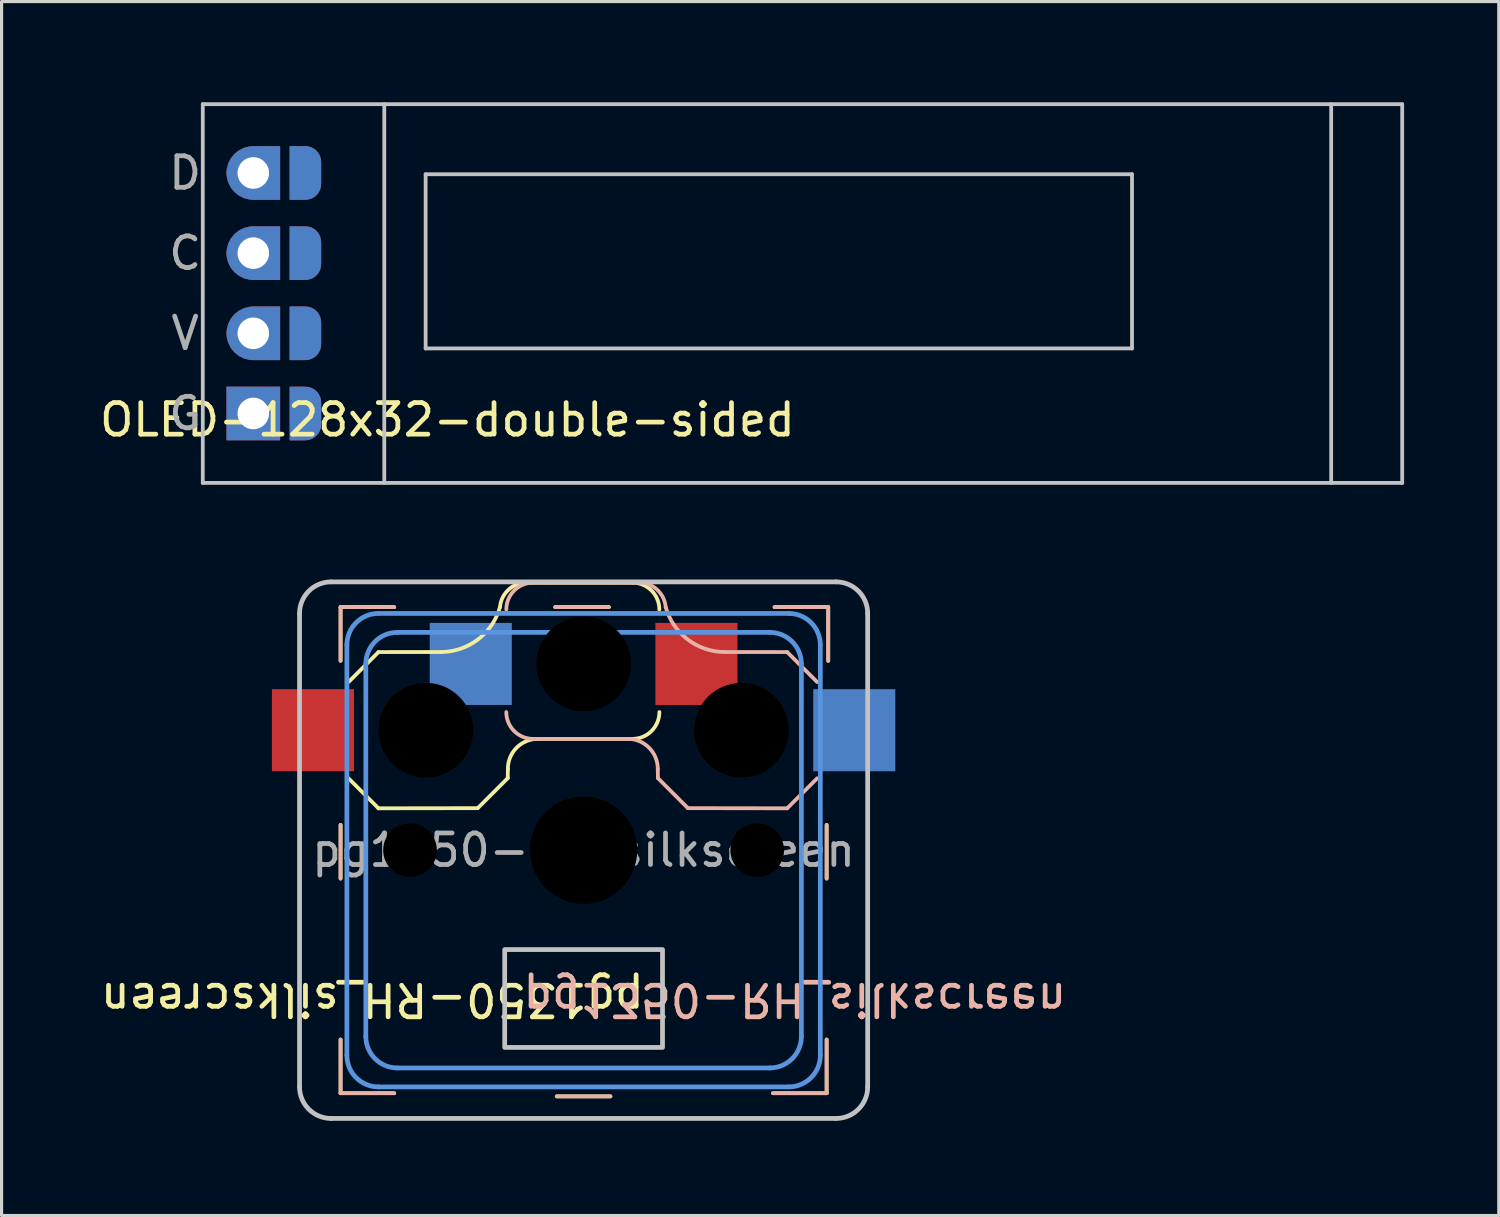
<source format=kicad_pcb>
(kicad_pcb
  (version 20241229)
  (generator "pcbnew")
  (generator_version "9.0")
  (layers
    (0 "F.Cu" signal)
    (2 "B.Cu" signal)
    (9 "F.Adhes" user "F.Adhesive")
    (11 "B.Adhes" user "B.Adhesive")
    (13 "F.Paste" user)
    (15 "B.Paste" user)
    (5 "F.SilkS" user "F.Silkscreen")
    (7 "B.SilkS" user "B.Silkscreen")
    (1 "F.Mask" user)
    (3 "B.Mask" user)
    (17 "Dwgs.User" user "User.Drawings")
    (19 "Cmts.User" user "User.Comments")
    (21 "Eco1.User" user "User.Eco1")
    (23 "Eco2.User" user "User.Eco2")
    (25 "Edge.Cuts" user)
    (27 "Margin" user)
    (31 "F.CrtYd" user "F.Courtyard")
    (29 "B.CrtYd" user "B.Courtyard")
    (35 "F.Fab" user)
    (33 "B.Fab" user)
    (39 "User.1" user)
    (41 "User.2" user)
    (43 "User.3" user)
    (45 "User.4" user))
  (footprint "pg1350-RH_silkscreen"
    (layer "F.Cu")
    (at 15.44 23.885)
    (property "Reference" "pg1350-RH_silkscreen" (at 0 0 0) (layer "F.Fab") (effects (font (size 1 1) (thickness 0.15))))
    (attr through_hole)
    (fp_line (start -7.7 -7.7) (end -6 -7.7) (stroke (width 0.12) (type default)) (layer "F.SilkS"))
    (fp_line (start -7.7 -7.7) (end -7.7 -6) (stroke (width 0.12) (type default)) (layer "F.SilkS"))
    (fp_line (start -7.7 -0.8) (end -7.7 0.9) (stroke (width 0.12) (type default)) (layer "F.SilkS"))
    (fp_line (start -7.7 7.7) (end -7.7 6) (stroke (width 0.12) (type default)) (layer "F.SilkS"))
    (fp_line (start -7.7 7.7) (end -6 7.7) (stroke (width 0.12) (type default)) (layer "F.SilkS"))
    (fp_line (start -7.449 -5.326) (end -6.499 -6.276) (stroke (width 0.12) (type default)) (layer "F.SilkS"))
    (fp_line (start -6.499 -1.326) (end -7.449 -2.276) (stroke (width 0.12) (type default)) (layer "F.SilkS"))
    (fp_line (start -6.499 -1.326) (end -3.354 -1.331) (stroke (width 0.12) (type default)) (layer "F.SilkS"))
    (fp_line (start -4.529 -6.277) (end -6.499 -6.276) (stroke (width 0.12) (type default)) (layer "F.SilkS"))
    (fp_line (start -2.404 -2.281) (end -3.354 -1.331) (stroke (width 0.12) (type default)) (layer "F.SilkS"))
    (fp_line (start -2.404 -2.281) (end -2.399 -2.576) (stroke (width 0.12) (type default)) (layer "F.SilkS"))
    (fp_line (start -1.449 -3.526) (end 1.551 -3.526) (stroke (width 0.12) (type default)) (layer "F.SilkS"))
    (fp_line (start 0.8 -7.7) (end -0.9 -7.7) (stroke (width 0.12) (type default)) (layer "F.SilkS"))
    (fp_line (start 0.85 7.8) (end -0.85 7.8) (stroke (width 0.12) (type default)) (layer "F.SilkS"))
    (fp_line (start 1.549 -8.474) (end -1.798 -8.474) (stroke (width 0.12) (type default)) (layer "F.SilkS"))
    (fp_line (start 7.7 -0.8) (end 7.7 0.9) (stroke (width 0.12) (type default)) (layer "F.SilkS"))
    (fp_line (start 7.7 7.7) (end 6 7.7) (stroke (width 0.12) (type default)) (layer "F.SilkS"))
    (fp_line (start 7.7 7.7) (end 7.7 6) (stroke (width 0.12) (type default)) (layer "F.SilkS"))
    (fp_line (start 7.75 -7.7) (end 7.75 -6) (stroke (width 0.12) (type default)) (layer "F.SilkS"))
    (fp_line (start 7.75 -7.7) (end 6.05 -7.7) (stroke (width 0.12) (type default)) (layer "F.SilkS"))
    (fp_arc (start -2.65 -7.7) (mid -3.350398 -6.672892) (end -4.528858 -6.276988) (stroke (width 0.12) (type default)) (layer "F.SilkS"))
    (fp_arc (start -2.65 -7.7) (mid -2.375629 -8.255124) (end -1.798438 -8.479383) (stroke (width 0.12) (type default)) (layer "F.SilkS"))
    (fp_arc (start -2.399479 -2.57552) (mid -2.12123 -3.247271) (end -1.449479 -3.52552) (stroke (width 0.12) (type default)) (layer "F.SilkS"))
    (fp_arc (start 1.54948 -8.474479) (mid 2.150521 -8.22552) (end 2.39948 -7.624479) (stroke (width 0.12) (type default)) (layer "F.SilkS"))
    (fp_arc (start 2.400521 -4.37552) (mid 2.151562 -3.774479) (end 1.550521 -3.52552) (stroke (width 0.12) (type default)) (layer "F.SilkS"))
    (fp_line (start -7.7 -6) (end -7.7 -7.7) (stroke (width 0.12) (type default)) (layer "B.SilkS"))
    (fp_line (start -7.7 0.9) (end -7.7 -0.8) (stroke (width 0.12) (type default)) (layer "B.SilkS"))
    (fp_line (start -7.7 6) (end -7.7 7.7) (stroke (width 0.12) (type default)) (layer "B.SilkS"))
    (fp_line (start -6 -7.7) (end -7.7 -7.7) (stroke (width 0.12) (type default)) (layer "B.SilkS"))
    (fp_line (start -6 7.7) (end -7.7 7.7) (stroke (width 0.12) (type default)) (layer "B.SilkS"))
    (fp_line (start -1.6 -3.526) (end 1.4 -3.526) (stroke (width 0.12) (type default)) (layer "B.SilkS"))
    (fp_line (start 0.8 -7.7) (end -0.9 -7.7) (stroke (width 0.12) (type default)) (layer "B.SilkS"))
    (fp_line (start 0.85 7.8) (end -0.85 7.8) (stroke (width 0.12) (type default)) (layer "B.SilkS"))
    (fp_line (start 1.749 -8.474) (end -1.599 -8.474) (stroke (width 0.12) (type default)) (layer "B.SilkS"))
    (fp_line (start 2.35 -2.576) (end 2.355 -2.281) (stroke (width 0.12) (type default)) (layer "B.SilkS"))
    (fp_line (start 3.305 -1.331) (end 2.355 -2.281) (stroke (width 0.12) (type default)) (layer "B.SilkS"))
    (fp_line (start 3.305 -1.331) (end 6.45 -1.326) (stroke (width 0.12) (type default)) (layer "B.SilkS"))
    (fp_line (start 6 7.7) (end 7.7 7.7) (stroke (width 0.12) (type default)) (layer "B.SilkS"))
    (fp_line (start 6.05 -7.7) (end 7.75 -7.7) (stroke (width 0.12) (type default)) (layer "B.SilkS"))
    (fp_line (start 6.45 -6.276) (end 4.479 -6.277) (stroke (width 0.12) (type default)) (layer "B.SilkS"))
    (fp_line (start 6.45 -6.276) (end 7.4 -5.326) (stroke (width 0.12) (type default)) (layer "B.SilkS"))
    (fp_line (start 7.4 -2.276) (end 6.45 -1.326) (stroke (width 0.12) (type default)) (layer "B.SilkS"))
    (fp_line (start 7.7 6) (end 7.7 7.7) (stroke (width 0.12) (type default)) (layer "B.SilkS"))
    (fp_line (start 7.7 0.9) (end 7.7 -0.8) (stroke (width 0.12) (type default)) (layer "B.SilkS"))
    (fp_line (start 7.75 -6) (end 7.75 -7.7) (stroke (width 0.12) (type default)) (layer "B.SilkS"))
    (fp_arc (start -2.448959 -7.624479) (mid -2.2 -8.22552) (end -1.598959 -8.474479) (stroke (width 0.12) (type default)) (layer "B.SilkS"))
    (fp_arc (start -1.6 -3.52552) (mid -2.201041 -3.774479) (end -2.45 -4.37552) (stroke (width 0.12) (type default)) (layer "B.SilkS"))
    (fp_arc (start 1.4 -3.52552) (mid 2.071751 -3.247271) (end 2.35 -2.57552) (stroke (width 0.12) (type default)) (layer "B.SilkS"))
    (fp_arc (start 1.748959 -8.479383) (mid 2.32615 -8.255124) (end 2.600521 -7.7) (stroke (width 0.12) (type default)) (layer "B.SilkS"))
    (fp_arc (start 4.479379 -6.276988) (mid 3.300919 -6.672892) (end 2.600521 -7.7) (stroke (width 0.12) (type default)) (layer "B.SilkS"))
    (fp_line (start -9 7.5) (end -9 -7.5) (stroke (width 0.15) (type solid)) (layer "Dwgs.User"))
    (fp_line (start -8 -8.5) (end 8 -8.5) (stroke (width 0.15) (type solid)) (layer "Dwgs.User"))
    (fp_line (start 8 8.5) (end -8 8.5) (stroke (width 0.15) (type solid)) (layer "Dwgs.User"))
    (fp_line (start 9 -7.5) (end 9 7.5) (stroke (width 0.15) (type solid)) (layer "Dwgs.User"))
    (fp_rect (start 2.5 6.25) (end -2.5 3.15) (stroke (width 0.15) (type solid)) (fill no) (layer "Dwgs.User"))
    (fp_arc (start -9 -7.5) (mid -8.707107 -8.207107) (end -8 -8.5) (stroke (width 0.15) (type solid)) (layer "Dwgs.User"))
    (fp_arc (start -8 8.5) (mid -8.707107 8.207107) (end -9 7.5) (stroke (width 0.15) (type solid)) (layer "Dwgs.User"))
    (fp_arc (start 8 -8.5) (mid 8.707107 -8.207107) (end 9 -7.5) (stroke (width 0.15) (type solid)) (layer "Dwgs.User"))
    (fp_arc (start 9 7.5) (mid 8.707107 8.207107) (end 8 8.5) (stroke (width 0.15) (type solid)) (layer "Dwgs.User"))
    (fp_line (start -7.5 6.5) (end -7.5 -6.5) (stroke (width 0.15) (type solid)) (layer "Cmts.User"))
    (fp_line (start -6.9 5.9) (end -6.9 -5.9) (stroke (width 0.15) (type solid)) (layer "Cmts.User"))
    (fp_line (start -6.5 -7.5) (end 6.5 -7.5) (stroke (width 0.15) (type solid)) (layer "Cmts.User"))
    (fp_line (start -5.9 -6.9) (end 5.9 -6.9) (stroke (width 0.15) (type solid)) (layer "Cmts.User"))
    (fp_line (start 5.9 6.9) (end -5.9 6.9) (stroke (width 0.15) (type solid)) (layer "Cmts.User"))
    (fp_line (start 6.5 7.5) (end -6.5 7.5) (stroke (width 0.15) (type solid)) (layer "Cmts.User"))
    (fp_line (start 6.9 -5.9) (end 6.9 5.9) (stroke (width 0.15) (type solid)) (layer "Cmts.User"))
    (fp_line (start 7.5 -6.5) (end 7.5 6.5) (stroke (width 0.15) (type solid)) (layer "Cmts.User"))
    (fp_arc (start -7.5 -6.5) (mid -7.207107 -7.207107) (end -6.5 -7.5) (stroke (width 0.15) (type solid)) (layer "Cmts.User"))
    (fp_arc (start -6.9 -5.9) (mid -6.607107 -6.607107) (end -5.9 -6.9) (stroke (width 0.15) (type solid)) (layer "Cmts.User"))
    (fp_arc (start -6.5 7.5) (mid -7.207107 7.207107) (end -7.5 6.5) (stroke (width 0.15) (type solid)) (layer "Cmts.User"))
    (fp_arc (start -5.9 6.9) (mid -6.607107 6.607107) (end -6.9 5.9) (stroke (width 0.15) (type solid)) (layer "Cmts.User"))
    (fp_arc (start 5.9 -6.9) (mid 6.607107 -6.607107) (end 6.9 -5.9) (stroke (width 0.15) (type solid)) (layer "Cmts.User"))
    (fp_arc (start 6.5 -7.5) (mid 7.207107 -7.207107) (end 7.5 -6.5) (stroke (width 0.15) (type solid)) (layer "Cmts.User"))
    (fp_arc (start 6.9 5.9) (mid 6.607107 6.607107) (end 5.9 6.9) (stroke (width 0.15) (type solid)) (layer "Cmts.User"))
    (fp_arc (start 7.5 6.5) (mid 7.207107 7.207107) (end 6.5 7.5) (stroke (width 0.15) (type solid)) (layer "Cmts.User"))
    (fp_text user "${REFERENCE}" (at 2 4.15 180) (unlocked yes) (layer "F.SilkS") (effects (font (size 1 1) (thickness 0.15)) (justify left bottom)))
    (fp_text user "${REFERENCE}" (at -2 4.15 180) (unlocked yes) (layer "B.SilkS") (effects (font (size 1 1) (thickness 0.15)) (justify left bottom mirror)))
    (pad "" np_thru_hole circle (at -5.5 0) (size 1.7 1.7) (drill 1.7) (layers "*.Mask"))
    (pad "" np_thru_hole circle (at -5 -3.8) (size 3 3) (drill 3) (layers "*.Mask"))
    (pad "" np_thru_hole circle (at 0 -5.9) (size 3 3) (drill 3) (layers "*.Mask"))
    (pad "" np_thru_hole circle (at 0 0) (size 3.4 3.4) (drill 3.4) (layers "*.Mask"))
    (pad "" np_thru_hole circle (at 5 -3.8) (size 3 3) (drill 3) (layers "*.Mask"))
    (pad "" np_thru_hole circle (at 5.5 0) (size 1.7 1.7) (drill 1.7) (layers "*.Mask"))
    (pad "1" smd rect (at -3.575 -5.9) (size 2.6 2.6) (layers "B.Cu" "B.Mask"))
    (pad "1" smd rect (at 3.575 -5.9) (size 2.6 2.6) (layers "F.Cu" "F.Mask"))
    (pad "2" smd rect (at -8.575 -3.8) (size 2.6 2.6) (layers "F.Cu" "F.Mask"))
    (pad "2" smd rect (at 8.575 -3.8) (size 2.6 2.6) (layers "B.Cu" "B.Mask")))
  (footprint "OLED-128x32-double-sided"
    (layer "F.Cu")
    (at 3.375 0.25)
    (property "Reference" "OLED-128x32-double-sided" (at 7.75 10 0) (layer "F.SilkS") (effects (font (size 1 1) (thickness 0.15))))
    (attr through_hole exclude_from_pos_files)
    (fp_line (start 0 0) (end 0 12) (stroke (width 0.12) (type solid)) (layer "Dwgs.User"))
    (fp_line (start 0 0) (end 38 0) (stroke (width 0.12) (type solid)) (layer "Dwgs.User"))
    (fp_line (start 5.75 0) (end 5.75 12) (stroke (width 0.12) (type solid)) (layer "Dwgs.User"))
    (fp_line (start 7.06 2.22) (end 7.06 7.74) (stroke (width 0.12) (type solid)) (layer "Dwgs.User"))
    (fp_line (start 7.06 2.22) (end 29.44 2.22) (stroke (width 0.12) (type solid)) (layer "Dwgs.User"))
    (fp_line (start 7.06 7.74) (end 29.44 7.74) (stroke (width 0.12) (type solid)) (layer "Dwgs.User"))
    (fp_line (start 29.44 7.74) (end 29.44 2.22) (stroke (width 0.12) (type solid)) (layer "Dwgs.User"))
    (fp_line (start 35.75 0) (end 35.75 12) (stroke (width 0.12) (type solid)) (layer "Dwgs.User"))
    (fp_line (start 38 0) (end 38 12) (stroke (width 0.12) (type solid)) (layer "Dwgs.User"))
    (fp_line (start 38 12) (end 0 12) (stroke (width 0.12) (type solid)) (layer "Dwgs.User"))
    (fp_text user "C" (at -0.559 4.72 0) (unlocked yes) (layer "F.Fab") (effects (font (size 1 1) (thickness 0.15))))
    (fp_text user "G" (at -0.559 9.8 0) (unlocked yes) (layer "F.Fab") (effects (font (size 1 1) (thickness 0.15))))
    (fp_text user "V" (at -0.559 7.26 0) (unlocked yes) (layer "F.Fab") (effects (font (size 1 1) (thickness 0.15))))
    (fp_text user "D" (at -0.559 2.18 0) (unlocked yes) (layer "F.Fab") (effects (font (size 1 1) (thickness 0.15))))
    (pad "1" smd custom (at 3.251 2.18 180) (size 1 0.7) (layers "F.Cu" "F.Mask") (options (anchor rect)) (primitives (gr_circle (center 0 0.35) (end 0.5 0.35) (width 0) (fill yes)) (gr_circle (center 0 -0.35) (end 0.5 -0.35) (width 0) (fill yes)) (gr_poly (pts (xy 0.5 0.85) (xy 0 0.85) (xy 0 -0.85) (xy 0.5 -0.85)) (width 0) (fill yes))))
    (pad "1" smd custom (at 3.251 9.8) (size 1 0.7) (layers "B.Cu" "B.Mask") (options (anchor rect)) (primitives (gr_circle (center 0 0.35) (end 0.5 0.35) (width 0) (fill yes)) (gr_circle (center 0 -0.35) (end 0.5 -0.35) (width 0) (fill yes)) (gr_poly (pts (xy 0 0.85) (xy -0.5 0.85) (xy -0.5 -0.85) (xy 0 -0.85)) (width 0) (fill yes))))
    (pad "2" smd custom (at 3.251 4.72 180) (size 1 0.7) (layers "F.Cu" "F.Mask") (options (anchor rect)) (primitives (gr_circle (center 0 0.35) (end 0.5 0.35) (width 0) (fill yes)) (gr_circle (center 0 -0.35) (end 0.5 -0.35) (width 0) (fill yes)) (gr_poly (pts (xy 0.5 0.85) (xy 0 0.85) (xy 0 -0.85) (xy 0.5 -0.85)) (width 0) (fill yes))))
    (pad "2" smd custom (at 3.251 7.26) (size 1 0.7) (layers "B.Cu" "B.Mask") (options (anchor rect)) (primitives (gr_circle (center 0 0.35) (end 0.5 0.35) (width 0) (fill yes)) (gr_circle (center 0 -0.35) (end 0.5 -0.35) (width 0) (fill yes)) (gr_poly (pts (xy 0 0.85) (xy -0.5 0.85) (xy -0.5 -0.85) (xy 0 -0.85)) (width 0) (fill yes))))
    (pad "3" smd custom (at 3.251 4.72) (size 1 0.7) (layers "B.Cu" "B.Mask") (options (anchor rect)) (primitives (gr_circle (center 0 0.35) (end 0.5 0.35) (width 0) (fill yes)) (gr_circle (center 0 -0.35) (end 0.5 -0.35) (width 0) (fill yes)) (gr_poly (pts (xy 0 0.85) (xy -0.5 0.85) (xy -0.5 -0.85) (xy 0 -0.85)) (width 0) (fill yes))))
    (pad "3" smd custom (at 3.251 7.26 180) (size 1 0.7) (layers "F.Cu" "F.Mask") (options (anchor rect)) (primitives (gr_circle (center 0 0.35) (end 0.5 0.35) (width 0) (fill yes)) (gr_circle (center 0 -0.35) (end 0.5 -0.35) (width 0) (fill yes)) (gr_poly (pts (xy 0.5 0.85) (xy 0 0.85) (xy 0 -0.85) (xy 0.5 -0.85)) (width 0) (fill yes))))
    (pad "4" smd custom (at 3.251 2.18) (size 1 0.7) (layers "B.Cu" "B.Mask") (options (anchor rect)) (primitives (gr_circle (center 0 0.35) (end 0.5 0.35) (width 0) (fill yes)) (gr_circle (center 0 -0.35) (end 0.5 -0.35) (width 0) (fill yes)) (gr_poly (pts (xy 0 0.85) (xy -0.5 0.85) (xy -0.5 -0.85) (xy 0 -0.85)) (width 0) (fill yes))))
    (pad "4" smd custom (at 3.251 9.8 180) (size 1 0.7) (layers "F.Cu" "F.Mask") (options (anchor rect)) (primitives (gr_circle (center 0 0.35) (end 0.5 0.35) (width 0) (fill yes)) (gr_circle (center 0 -0.35) (end 0.5 -0.35) (width 0) (fill yes)) (gr_poly (pts (xy 0.5 0.85) (xy 0 0.85) (xy 0 -0.85) (xy 0.5 -0.85)) (width 0) (fill yes))))
    (pad "5" thru_hole rect (at 1.6 9.8 180) (size 1.7 1.7) (drill 1) (layers "*.Cu" "*.Mask"))
    (pad "6" thru_hole roundrect (at 1.6 7.26 180) (size 1.7 1.7) (drill 1) (layers "*.Cu" "*.Mask") (roundrect_rratio 0.5) (chamfer_ratio 0) (chamfer top_left bottom_left))
    (pad "7" thru_hole roundrect (at 1.6 4.72 180) (size 1.7 1.7) (drill 1) (layers "*.Cu" "*.Mask") (roundrect_rratio 0.5) (chamfer_ratio 0) (chamfer top_left bottom_left))
    (pad "8" thru_hole roundrect (at 1.6 2.18 180) (size 1.7 1.7) (drill 1) (layers "*.Cu" "*.Mask") (roundrect_rratio 0.5) (chamfer_ratio 0) (chamfer top_left bottom_left)))
  (gr_rect
    (start -3 -3)
    (end 44.435 35.46)
    (stroke (width 0.1) (type default))
    (fill no)
    (layer "Edge.Cuts")))
</source>
